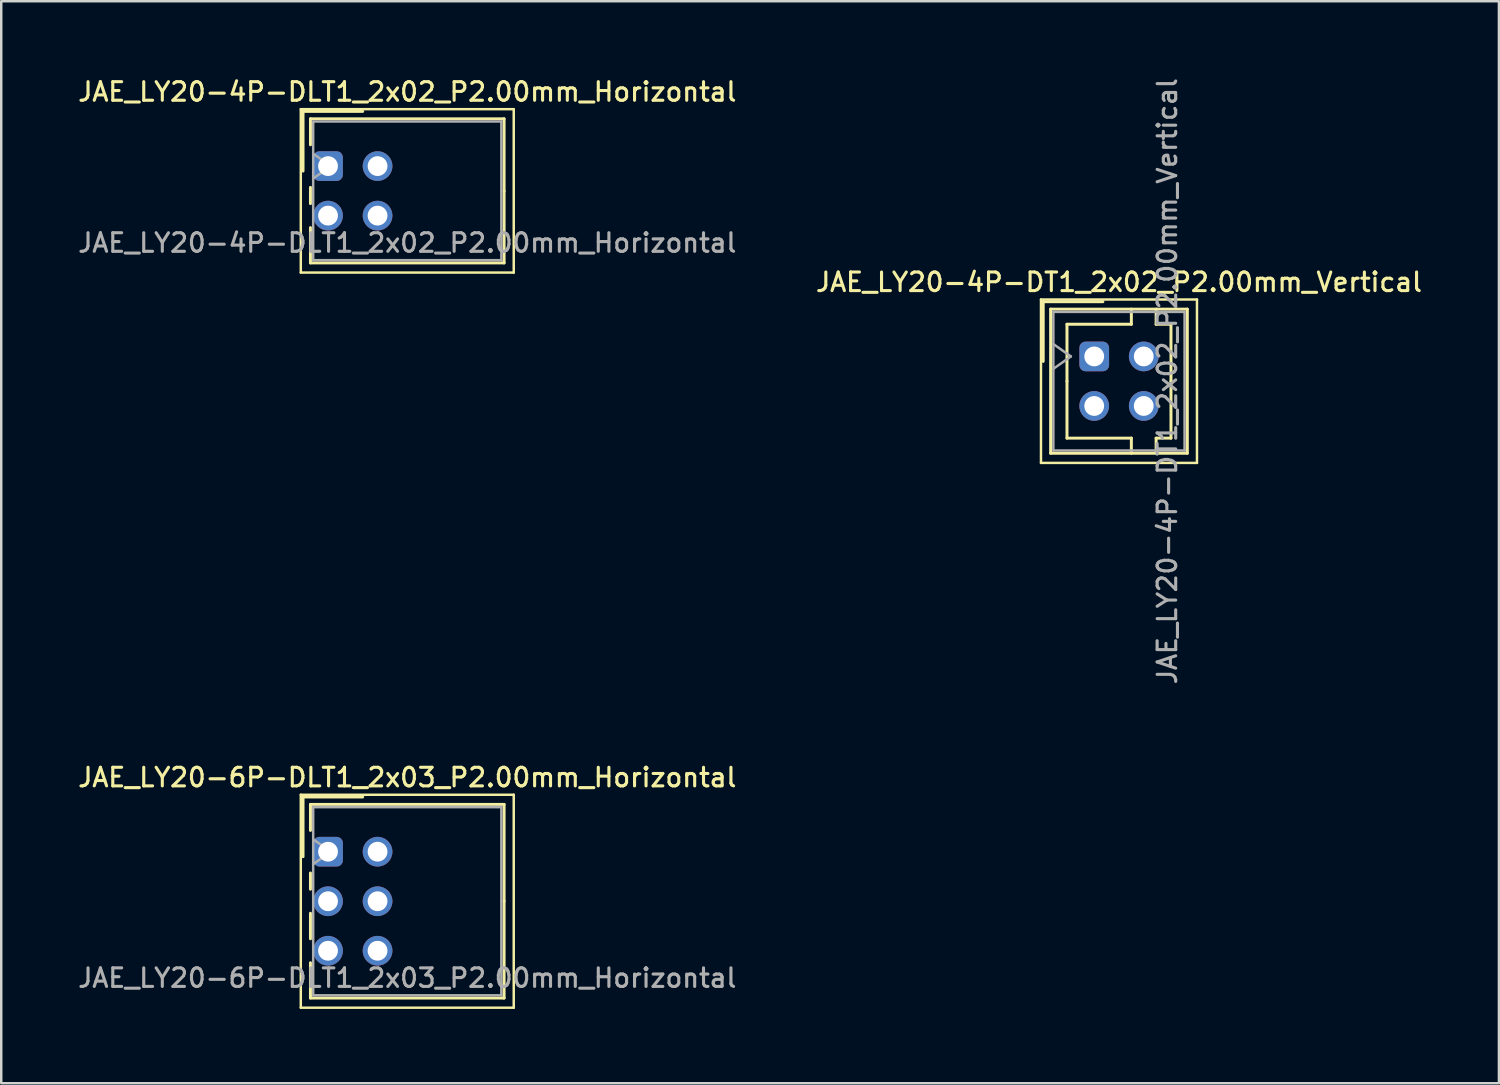
<source format=kicad_pcb>
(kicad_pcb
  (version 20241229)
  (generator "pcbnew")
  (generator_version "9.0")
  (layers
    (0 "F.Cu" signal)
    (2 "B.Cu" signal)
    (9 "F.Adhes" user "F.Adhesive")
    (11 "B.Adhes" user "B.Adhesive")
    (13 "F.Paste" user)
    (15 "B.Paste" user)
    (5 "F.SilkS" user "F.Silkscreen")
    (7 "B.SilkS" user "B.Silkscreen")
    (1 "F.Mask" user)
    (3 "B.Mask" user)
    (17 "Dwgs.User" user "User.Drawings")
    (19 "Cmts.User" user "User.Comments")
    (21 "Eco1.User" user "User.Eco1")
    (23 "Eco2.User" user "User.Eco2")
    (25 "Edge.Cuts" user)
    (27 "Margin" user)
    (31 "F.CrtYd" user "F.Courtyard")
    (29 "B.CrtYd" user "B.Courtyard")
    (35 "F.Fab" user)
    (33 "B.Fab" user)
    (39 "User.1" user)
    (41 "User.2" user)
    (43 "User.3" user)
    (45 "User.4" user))
  (footprint "JAE_LY20-4P-DLT1_2x02_P2.00mm_Horizontal"
    (layer "F.Cu")
    (at 10.198 3.658)
    (property "Reference" "JAE_LY20-4P-DLT1_2x02_P2.00mm_Horizontal" (at 3.2 -3 0) (layer "F.SilkS") (effects (font (size 0.75 0.75) (thickness 0.125))))
    (attr through_hole)
    (fp_line (start -1.1 -2.3) (end -1.1 4.3) (stroke (width 0.1) (type solid)) (layer "F.SilkS"))
    (fp_line (start -1.1 4.3) (end 7.5 4.3) (stroke (width 0.1) (type solid)) (layer "F.SilkS"))
    (fp_line (start -1.01 -2.21) (end -1.01 0.2) (stroke (width 0.12) (type solid)) (layer "F.SilkS"))
    (fp_line (start -0.71 -1.91) (end -0.71 -0.86) (stroke (width 0.12) (type solid)) (layer "F.SilkS"))
    (fp_line (start -0.71 -1.91) (end 7.11 -1.91) (stroke (width 0.12) (type solid)) (layer "F.SilkS"))
    (fp_line (start -0.71 0.86) (end -0.71 1.515) (stroke (width 0.12) (type solid)) (layer "F.SilkS"))
    (fp_line (start -0.71 2.485) (end -0.71 3.91) (stroke (width 0.12) (type solid)) (layer "F.SilkS"))
    (fp_line (start -0.71 3.91) (end 7.11 3.91) (stroke (width 0.12) (type solid)) (layer "F.SilkS"))
    (fp_line (start 1.4 -2.21) (end -1.01 -2.21) (stroke (width 0.12) (type solid)) (layer "F.SilkS"))
    (fp_line (start 7.11 -1.91) (end 7.11 1) (stroke (width 0.12) (type solid)) (layer "F.SilkS"))
    (fp_line (start 7.11 3.91) (end 7.11 1) (stroke (width 0.12) (type solid)) (layer "F.SilkS"))
    (fp_line (start 7.5 -2.3) (end -1.1 -2.3) (stroke (width 0.1) (type solid)) (layer "F.SilkS"))
    (fp_line (start 7.5 4.3) (end 7.5 -2.3) (stroke (width 0.1) (type solid)) (layer "F.SilkS"))
    (fp_line (start -0.6 -1.8) (end -0.6 3.8) (stroke (width 0.1) (type solid)) (layer "F.Fab"))
    (fp_line (start -0.6 0.5) (end 0.107 0) (stroke (width 0.1) (type solid)) (layer "F.Fab"))
    (fp_line (start -0.6 3.8) (end 7 3.8) (stroke (width 0.1) (type solid)) (layer "F.Fab"))
    (fp_line (start 0.107 0) (end -0.6 -0.5) (stroke (width 0.1) (type solid)) (layer "F.Fab"))
    (fp_line (start 7 -1.8) (end -0.6 -1.8) (stroke (width 0.1) (type solid)) (layer "F.Fab"))
    (fp_line (start 7 3.8) (end 7 -1.8) (stroke (width 0.1) (type solid)) (layer "F.Fab"))
    (fp_text user "${REFERENCE}" (at 3.2 3.1 0) (layer "F.Fab") (effects (font (size 0.75 0.75) (thickness 0.125))))
    (pad "a1" thru_hole roundrect (at 0 0) (size 1.2 1.2) (drill 0.8) (layers "*.Cu" "*.Mask") (roundrect_rratio 0.208))
    (pad "a2" thru_hole circle (at 0 2) (size 1.2 1.2) (drill 0.8) (layers "*.Cu" "*.Mask"))
    (pad "b1" thru_hole circle (at 2 0) (size 1.2 1.2) (drill 0.8) (layers "*.Cu" "*.Mask"))
    (pad "b2" thru_hole circle (at 2 2) (size 1.2 1.2) (drill 0.8) (layers "*.Cu" "*.Mask")))
  (footprint "JAE_LY20-6P-DLT1_2x03_P2.00mm_Horizontal"
    (layer "F.Cu")
    (at 10.198 31.347)
    (property "Reference" "JAE_LY20-6P-DLT1_2x03_P2.00mm_Horizontal" (at 3.2 -3 0) (layer "F.SilkS") (effects (font (size 0.75 0.75) (thickness 0.125))))
    (attr through_hole)
    (fp_line (start -1.1 -2.3) (end -1.1 6.3) (stroke (width 0.1) (type solid)) (layer "F.SilkS"))
    (fp_line (start -1.1 6.3) (end 7.5 6.3) (stroke (width 0.1) (type solid)) (layer "F.SilkS"))
    (fp_line (start -1.01 -2.21) (end -1.01 0.2) (stroke (width 0.12) (type solid)) (layer "F.SilkS"))
    (fp_line (start -0.71 -1.91) (end -0.71 -0.86) (stroke (width 0.12) (type solid)) (layer "F.SilkS"))
    (fp_line (start -0.71 -1.91) (end 7.11 -1.91) (stroke (width 0.12) (type solid)) (layer "F.SilkS"))
    (fp_line (start -0.71 0.86) (end -0.71 1.515) (stroke (width 0.12) (type solid)) (layer "F.SilkS"))
    (fp_line (start -0.71 2.485) (end -0.71 3.515) (stroke (width 0.12) (type solid)) (layer "F.SilkS"))
    (fp_line (start -0.71 4.485) (end -0.71 5.91) (stroke (width 0.12) (type solid)) (layer "F.SilkS"))
    (fp_line (start -0.71 5.91) (end 7.11 5.91) (stroke (width 0.12) (type solid)) (layer "F.SilkS"))
    (fp_line (start 1.4 -2.21) (end -1.01 -2.21) (stroke (width 0.12) (type solid)) (layer "F.SilkS"))
    (fp_line (start 7.11 -1.91) (end 7.11 2) (stroke (width 0.12) (type solid)) (layer "F.SilkS"))
    (fp_line (start 7.11 5.91) (end 7.11 2) (stroke (width 0.12) (type solid)) (layer "F.SilkS"))
    (fp_line (start 7.5 -2.3) (end -1.1 -2.3) (stroke (width 0.1) (type solid)) (layer "F.SilkS"))
    (fp_line (start 7.5 6.3) (end 7.5 -2.3) (stroke (width 0.1) (type solid)) (layer "F.SilkS"))
    (fp_line (start -0.6 -1.8) (end -0.6 5.8) (stroke (width 0.1) (type solid)) (layer "F.Fab"))
    (fp_line (start -0.6 0.5) (end 0.107 0) (stroke (width 0.1) (type solid)) (layer "F.Fab"))
    (fp_line (start -0.6 5.8) (end 7 5.8) (stroke (width 0.1) (type solid)) (layer "F.Fab"))
    (fp_line (start 0.107 0) (end -0.6 -0.5) (stroke (width 0.1) (type solid)) (layer "F.Fab"))
    (fp_line (start 7 -1.8) (end -0.6 -1.8) (stroke (width 0.1) (type solid)) (layer "F.Fab"))
    (fp_line (start 7 5.8) (end 7 -1.8) (stroke (width 0.1) (type solid)) (layer "F.Fab"))
    (fp_text user "${REFERENCE}" (at 3.2 5.1 0) (layer "F.Fab") (effects (font (size 0.75 0.75) (thickness 0.125))))
    (pad "a1" thru_hole roundrect (at 0 0) (size 1.2 1.2) (drill 0.8) (layers "*.Cu" "*.Mask") (roundrect_rratio 0.208))
    (pad "a2" thru_hole circle (at 0 2) (size 1.2 1.2) (drill 0.8) (layers "*.Cu" "*.Mask"))
    (pad "a3" thru_hole circle (at 0 4) (size 1.2 1.2) (drill 0.8) (layers "*.Cu" "*.Mask"))
    (pad "b1" thru_hole circle (at 2 0) (size 1.2 1.2) (drill 0.8) (layers "*.Cu" "*.Mask"))
    (pad "b2" thru_hole circle (at 2 2) (size 1.2 1.2) (drill 0.8) (layers "*.Cu" "*.Mask"))
    (pad "b3" thru_hole circle (at 2 4) (size 1.2 1.2) (drill 0.8) (layers "*.Cu" "*.Mask")))
  (footprint "JAE_LY20-4P-DT1_2x02_P2.00mm_Vertical"
    (layer "F.Cu")
    (at 41.141 11.345)
    (property "Reference" "JAE_LY20-4P-DT1_2x02_P2.00mm_Vertical" (at 1 -3 0) (layer "F.SilkS") (effects (font (size 0.75 0.75) (thickness 0.125))))
    (attr through_hole)
    (fp_line (start -2.15 -2.3) (end -2.15 4.3) (stroke (width 0.1) (type solid)) (layer "F.SilkS"))
    (fp_line (start -2.15 4.3) (end 4.15 4.3) (stroke (width 0.1) (type solid)) (layer "F.SilkS"))
    (fp_line (start -2.06 -2.21) (end -2.06 0.2) (stroke (width 0.12) (type solid)) (layer "F.SilkS"))
    (fp_line (start -1.76 -1.91) (end -1.76 3.91) (stroke (width 0.12) (type solid)) (layer "F.SilkS"))
    (fp_line (start -1.76 3.91) (end 3.76 3.91) (stroke (width 0.12) (type solid)) (layer "F.SilkS"))
    (fp_line (start -1.1 -1.3) (end -1.1 1) (stroke (width 0.12) (type solid)) (layer "F.SilkS"))
    (fp_line (start -1.1 3.3) (end -1.1 1) (stroke (width 0.12) (type solid)) (layer "F.SilkS"))
    (fp_line (start 0.35 -2.21) (end -2.06 -2.21) (stroke (width 0.12) (type solid)) (layer "F.SilkS"))
    (fp_line (start 1.5 -1.91) (end 1.5 -1.3) (stroke (width 0.12) (type solid)) (layer "F.SilkS"))
    (fp_line (start 1.5 -1.3) (end -1.1 -1.3) (stroke (width 0.12) (type solid)) (layer "F.SilkS"))
    (fp_line (start 1.5 3.3) (end -1.1 3.3) (stroke (width 0.12) (type solid)) (layer "F.SilkS"))
    (fp_line (start 1.5 3.91) (end 1.5 3.3) (stroke (width 0.12) (type solid)) (layer "F.SilkS"))
    (fp_line (start 2.5 -1.91) (end 2.5 -1.3) (stroke (width 0.12) (type solid)) (layer "F.SilkS"))
    (fp_line (start 2.5 -1.3) (end 3.1 -1.3) (stroke (width 0.12) (type solid)) (layer "F.SilkS"))
    (fp_line (start 2.5 3.3) (end 3.1 3.3) (stroke (width 0.12) (type solid)) (layer "F.SilkS"))
    (fp_line (start 2.5 3.91) (end 2.5 3.3) (stroke (width 0.12) (type solid)) (layer "F.SilkS"))
    (fp_line (start 3.1 -1.3) (end 3.1 1) (stroke (width 0.12) (type solid)) (layer "F.SilkS"))
    (fp_line (start 3.1 3.3) (end 3.1 1) (stroke (width 0.12) (type solid)) (layer "F.SilkS"))
    (fp_line (start 3.76 -1.91) (end -1.76 -1.91) (stroke (width 0.12) (type solid)) (layer "F.SilkS"))
    (fp_line (start 3.76 3.91) (end 3.76 -1.91) (stroke (width 0.12) (type solid)) (layer "F.SilkS"))
    (fp_line (start 4.15 -2.3) (end -2.15 -2.3) (stroke (width 0.1) (type solid)) (layer "F.SilkS"))
    (fp_line (start 4.15 4.3) (end 4.15 -2.3) (stroke (width 0.1) (type solid)) (layer "F.SilkS"))
    (fp_line (start -1.65 -1.8) (end -1.65 3.8) (stroke (width 0.1) (type solid)) (layer "F.Fab"))
    (fp_line (start -1.65 0.5) (end -0.943 0) (stroke (width 0.1) (type solid)) (layer "F.Fab"))
    (fp_line (start -1.65 3.8) (end 3.65 3.8) (stroke (width 0.1) (type solid)) (layer "F.Fab"))
    (fp_line (start -0.943 0) (end -1.65 -0.5) (stroke (width 0.1) (type solid)) (layer "F.Fab"))
    (fp_line (start 3.65 -1.8) (end -1.65 -1.8) (stroke (width 0.1) (type solid)) (layer "F.Fab"))
    (fp_line (start 3.65 3.8) (end 3.65 -1.8) (stroke (width 0.1) (type solid)) (layer "F.Fab"))
    (fp_text user "${REFERENCE}" (at 2.95 1 90) (layer "F.Fab") (effects (font (size 0.75 0.75) (thickness 0.125))))
    (pad "a1" thru_hole roundrect (at 0 0) (size 1.2 1.2) (drill 0.8) (layers "*.Cu" "*.Mask") (roundrect_rratio 0.208))
    (pad "a2" thru_hole circle (at 0 2) (size 1.2 1.2) (drill 0.8) (layers "*.Cu" "*.Mask"))
    (pad "b1" thru_hole circle (at 2 0) (size 1.2 1.2) (drill 0.8) (layers "*.Cu" "*.Mask"))
    (pad "b2" thru_hole circle (at 2 2) (size 1.2 1.2) (drill 0.8) (layers "*.Cu" "*.Mask")))
  (gr_rect
    (start -3 -3)
    (end 57.486 40.697)
    (stroke (width 0.1) (type default))
    (fill no)
    (layer "Edge.Cuts")))
</source>
